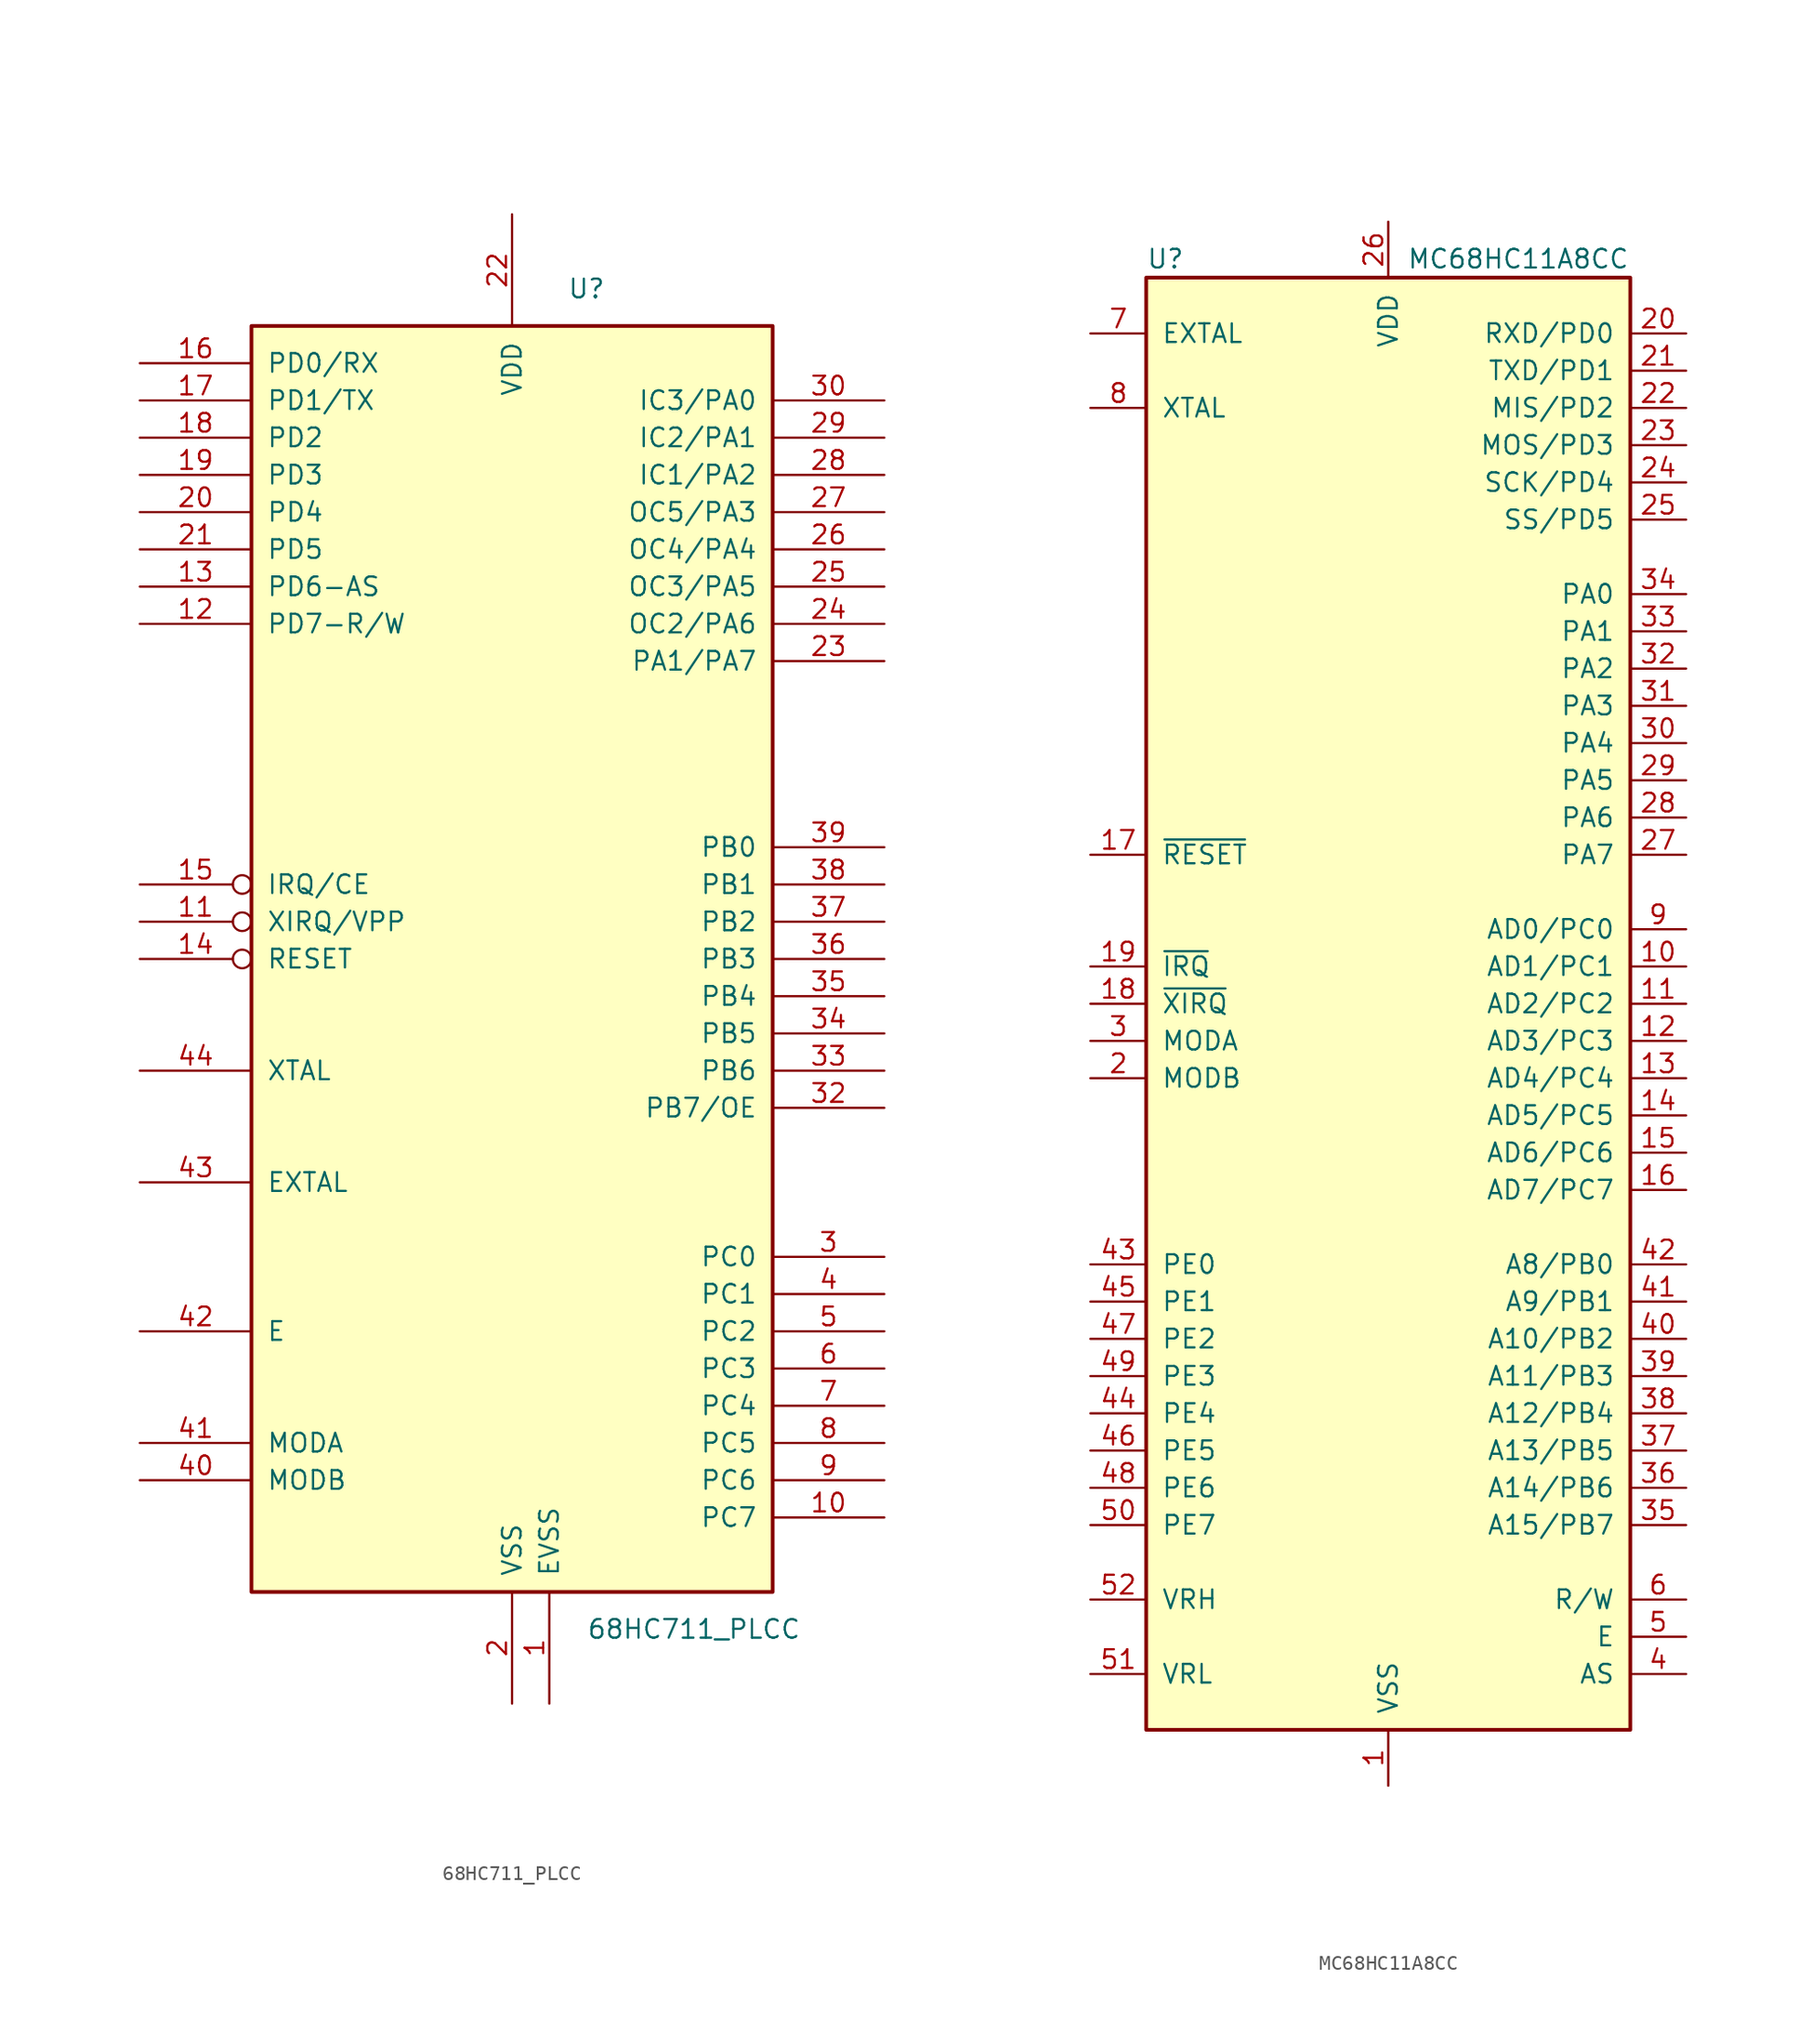
<source format=kicad_sym>
(kicad_symbol_lib
  (version 20241209)
  (generator "kicad_symbol_editor")
  (generator_version "9.0")
  (symbol "68HC711_PLCC"
    (pin_names
      (offset 1.016))
    (property "Reference" "U"
      (at 5.08 45.72 0)
      (effects (font (size 1.27 1.27))))
    (property "Value" "68HC711_PLCC"
      (at 5.08 -45.72 0)
      (effects (font (size 1.27 1.27)) (justify left)))
    (symbol "68HC711_PLCC_0_1"
      (rectangle (start -17.78 -43.18) (end 17.78 43.18) (stroke (width 0.254) (type default)) (fill (type background))))
    (symbol "68HC711_PLCC_1_1"
      (pin input line (at -25.4 40.64 0) (length 7.62) (name "PD0/RX" (effects (font (size 1.27 1.27)))) (number "16" (effects (font (size 1.27 1.27)))))
      (pin input line (at -25.4 38.1 0) (length 7.62) (name "PD1/TX" (effects (font (size 1.27 1.27)))) (number "17" (effects (font (size 1.27 1.27)))))
      (pin input line (at -25.4 35.56 0) (length 7.62) (name "PD2" (effects (font (size 1.27 1.27)))) (number "18" (effects (font (size 1.27 1.27)))))
      (pin input line (at -25.4 33.02 0) (length 7.62) (name "PD3" (effects (font (size 1.27 1.27)))) (number "19" (effects (font (size 1.27 1.27)))))
      (pin input line (at -25.4 30.48 0) (length 7.62) (name "PD4" (effects (font (size 1.27 1.27)))) (number "20" (effects (font (size 1.27 1.27)))))
      (pin input line (at -25.4 27.94 0) (length 7.62) (name "PD5" (effects (font (size 1.27 1.27)))) (number "21" (effects (font (size 1.27 1.27)))))
      (pin input line (at -25.4 25.4 0) (length 7.62) (name "PD6-AS" (effects (font (size 1.27 1.27)))) (number "13" (effects (font (size 1.27 1.27)))))
      (pin output line (at -25.4 22.86 0) (length 7.62) (name "PD7-R/W" (effects (font (size 1.27 1.27)))) (number "12" (effects (font (size 1.27 1.27)))))
      (pin input inverted (at -25.4 5.08 0) (length 7.62) (name "IRQ/CE" (effects (font (size 1.27 1.27)))) (number "15" (effects (font (size 1.27 1.27)))))
      (pin input inverted (at -25.4 2.54 0) (length 7.62) (name "XIRQ/VPP" (effects (font (size 1.27 1.27)))) (number "11" (effects (font (size 1.27 1.27)))))
      (pin input inverted (at -25.4 0 0) (length 7.62) (name "RESET" (effects (font (size 1.27 1.27)))) (number "14" (effects (font (size 1.27 1.27)))))
      (pin output line (at -25.4 -7.62 0) (length 7.62) (name "XTAL" (effects (font (size 1.27 1.27)))) (number "44" (effects (font (size 1.27 1.27)))))
      (pin input line (at -25.4 -15.24 0) (length 7.62) (name "EXTAL" (effects (font (size 1.27 1.27)))) (number "43" (effects (font (size 1.27 1.27)))))
      (pin output line (at -25.4 -25.4 0) (length 7.62) (name "E" (effects (font (size 1.27 1.27)))) (number "42" (effects (font (size 1.27 1.27)))))
      (pin input line (at -25.4 -33.02 0) (length 7.62) (name "MODA" (effects (font (size 1.27 1.27)))) (number "41" (effects (font (size 1.27 1.27)))))
      (pin input line (at -25.4 -35.56 0) (length 7.62) (name "MODB" (effects (font (size 1.27 1.27)))) (number "40" (effects (font (size 1.27 1.27)))))
      (pin power_in line (at 0 50.8 270) (length 7.62) (name "VDD" (effects (font (size 1.27 1.27)))) (number "22" (effects (font (size 1.27 1.27)))))
      (pin power_in line (at 0 -50.8 90) (length 7.62) (name "VSS" (effects (font (size 1.27 1.27)))) (number "2" (effects (font (size 1.27 1.27)))))
      (pin power_in line (at 2.54 -50.8 90) (length 7.62) (name "EVSS" (effects (font (size 1.27 1.27)))) (number "1" (effects (font (size 1.27 1.27)))))
      (pin input line (at 25.4 38.1 180) (length 7.62) (name "IC3/PA0" (effects (font (size 1.27 1.27)))) (number "30" (effects (font (size 1.27 1.27)))))
      (pin input line (at 25.4 35.56 180) (length 7.62) (name "IC2/PA1" (effects (font (size 1.27 1.27)))) (number "29" (effects (font (size 1.27 1.27)))))
      (pin input line (at 25.4 33.02 180) (length 7.62) (name "IC1/PA2" (effects (font (size 1.27 1.27)))) (number "28" (effects (font (size 1.27 1.27)))))
      (pin output line (at 25.4 30.48 180) (length 7.62) (name "OC5/PA3" (effects (font (size 1.27 1.27)))) (number "27" (effects (font (size 1.27 1.27)))))
      (pin output line (at 25.4 27.94 180) (length 7.62) (name "OC4/PA4" (effects (font (size 1.27 1.27)))) (number "26" (effects (font (size 1.27 1.27)))))
      (pin output line (at 25.4 25.4 180) (length 7.62) (name "OC3/PA5" (effects (font (size 1.27 1.27)))) (number "25" (effects (font (size 1.27 1.27)))))
      (pin output line (at 25.4 22.86 180) (length 7.62) (name "OC2/PA6" (effects (font (size 1.27 1.27)))) (number "24" (effects (font (size 1.27 1.27)))))
      (pin input line (at 25.4 20.32 180) (length 7.62) (name "PA1/PA7" (effects (font (size 1.27 1.27)))) (number "23" (effects (font (size 1.27 1.27)))))
      (pin output line (at 25.4 7.62 180) (length 7.62) (name "PB0" (effects (font (size 1.27 1.27)))) (number "39" (effects (font (size 1.27 1.27)))))
      (pin output line (at 25.4 5.08 180) (length 7.62) (name "PB1" (effects (font (size 1.27 1.27)))) (number "38" (effects (font (size 1.27 1.27)))))
      (pin output line (at 25.4 2.54 180) (length 7.62) (name "PB2" (effects (font (size 1.27 1.27)))) (number "37" (effects (font (size 1.27 1.27)))))
      (pin output line (at 25.4 0 180) (length 7.62) (name "PB3" (effects (font (size 1.27 1.27)))) (number "36" (effects (font (size 1.27 1.27)))))
      (pin output line (at 25.4 -2.54 180) (length 7.62) (name "PB4" (effects (font (size 1.27 1.27)))) (number "35" (effects (font (size 1.27 1.27)))))
      (pin output line (at 25.4 -5.08 180) (length 7.62) (name "PB5" (effects (font (size 1.27 1.27)))) (number "34" (effects (font (size 1.27 1.27)))))
      (pin output line (at 25.4 -7.62 180) (length 7.62) (name "PB6" (effects (font (size 1.27 1.27)))) (number "33" (effects (font (size 1.27 1.27)))))
      (pin output line (at 25.4 -10.16 180) (length 7.62) (name "PB7/OE" (effects (font (size 1.27 1.27)))) (number "32" (effects (font (size 1.27 1.27)))))
      (pin input line (at 25.4 -20.32 180) (length 7.62) (name "PC0" (effects (font (size 1.27 1.27)))) (number "3" (effects (font (size 1.27 1.27)))))
      (pin input line (at 25.4 -22.86 180) (length 7.62) (name "PC1" (effects (font (size 1.27 1.27)))) (number "4" (effects (font (size 1.27 1.27)))))
      (pin input line (at 25.4 -25.4 180) (length 7.62) (name "PC2" (effects (font (size 1.27 1.27)))) (number "5" (effects (font (size 1.27 1.27)))))
      (pin input line (at 25.4 -27.94 180) (length 7.62) (name "PC3" (effects (font (size 1.27 1.27)))) (number "6" (effects (font (size 1.27 1.27)))))
      (pin input line (at 25.4 -30.48 180) (length 7.62) (name "PC4" (effects (font (size 1.27 1.27)))) (number "7" (effects (font (size 1.27 1.27)))))
      (pin input line (at 25.4 -33.02 180) (length 7.62) (name "PC5" (effects (font (size 1.27 1.27)))) (number "8" (effects (font (size 1.27 1.27)))))
      (pin input line (at 25.4 -35.56 180) (length 7.62) (name "PC6" (effects (font (size 1.27 1.27)))) (number "9" (effects (font (size 1.27 1.27)))))
      (pin input line (at 25.4 -38.1 180) (length 7.62) (name "PC7" (effects (font (size 1.27 1.27)))) (number "10" (effects (font (size 1.27 1.27)))))))
  (symbol "MC68HC11A8CC"
    (pin_names
      (offset 1.016))
    (property "Reference" "U"
      (at -16.51 50.8 0)
      (effects (font (size 1.27 1.27)) (justify left)))
    (property "Value" "MC68HC11A8CC"
      (at 1.27 50.8 0)
      (effects (font (size 1.27 1.27)) (justify left)))
    (symbol "MC68HC11A8CC_0_1"
      (rectangle (start -16.51 49.53) (end 16.51 -49.53) (stroke (width 0.254) (type default)) (fill (type background))))
    (symbol "MC68HC11A8CC_1_1"
      (pin input line (at -20.32 45.72 0) (length 3.81) (name "EXTAL" (effects (font (size 1.27 1.27)))) (number "7" (effects (font (size 1.27 1.27)))))
      (pin output line (at -20.32 40.64 0) (length 3.81) (name "XTAL" (effects (font (size 1.27 1.27)))) (number "8" (effects (font (size 1.27 1.27)))))
      (pin input line (at -20.32 10.16 0) (length 3.81) (name "~{RESET}" (effects (font (size 1.27 1.27)))) (number "17" (effects (font (size 1.27 1.27)))))
      (pin input line (at -20.32 2.54 0) (length 3.81) (name "~{IRQ}" (effects (font (size 1.27 1.27)))) (number "19" (effects (font (size 1.27 1.27)))))
      (pin input line (at -20.32 0 0) (length 3.81) (name "~{XIRQ}" (effects (font (size 1.27 1.27)))) (number "18" (effects (font (size 1.27 1.27)))))
      (pin bidirectional line (at -20.32 -2.54 0) (length 3.81) (name "MODA" (effects (font (size 1.27 1.27)))) (number "3" (effects (font (size 1.27 1.27)))))
      (pin input line (at -20.32 -5.08 0) (length 3.81) (name "MODB" (effects (font (size 1.27 1.27)))) (number "2" (effects (font (size 1.27 1.27)))))
      (pin input line (at -20.32 -17.78 0) (length 3.81) (name "PE0" (effects (font (size 1.27 1.27)))) (number "43" (effects (font (size 1.27 1.27)))))
      (pin input line (at -20.32 -20.32 0) (length 3.81) (name "PE1" (effects (font (size 1.27 1.27)))) (number "45" (effects (font (size 1.27 1.27)))))
      (pin input line (at -20.32 -22.86 0) (length 3.81) (name "PE2" (effects (font (size 1.27 1.27)))) (number "47" (effects (font (size 1.27 1.27)))))
      (pin input line (at -20.32 -25.4 0) (length 3.81) (name "PE3" (effects (font (size 1.27 1.27)))) (number "49" (effects (font (size 1.27 1.27)))))
      (pin input line (at -20.32 -27.94 0) (length 3.81) (name "PE4" (effects (font (size 1.27 1.27)))) (number "44" (effects (font (size 1.27 1.27)))))
      (pin input line (at -20.32 -30.48 0) (length 3.81) (name "PE5" (effects (font (size 1.27 1.27)))) (number "46" (effects (font (size 1.27 1.27)))))
      (pin input line (at -20.32 -33.02 0) (length 3.81) (name "PE6" (effects (font (size 1.27 1.27)))) (number "48" (effects (font (size 1.27 1.27)))))
      (pin input line (at -20.32 -35.56 0) (length 3.81) (name "PE7" (effects (font (size 1.27 1.27)))) (number "50" (effects (font (size 1.27 1.27)))))
      (pin input line (at -20.32 -40.64 0) (length 3.81) (name "VRH" (effects (font (size 1.27 1.27)))) (number "52" (effects (font (size 1.27 1.27)))))
      (pin input line (at -20.32 -45.72 0) (length 3.81) (name "VRL" (effects (font (size 1.27 1.27)))) (number "51" (effects (font (size 1.27 1.27)))))
      (pin power_in line (at 0 53.34 270) (length 3.81) (name "VDD" (effects (font (size 1.27 1.27)))) (number "26" (effects (font (size 1.27 1.27)))))
      (pin power_in line (at 0 -53.34 90) (length 3.81) (name "VSS" (effects (font (size 1.27 1.27)))) (number "1" (effects (font (size 1.27 1.27)))))
      (pin bidirectional line (at 20.32 45.72 180) (length 3.81) (name "RXD/PD0" (effects (font (size 1.27 1.27)))) (number "20" (effects (font (size 1.27 1.27)))))
      (pin bidirectional line (at 20.32 43.18 180) (length 3.81) (name "TXD/PD1" (effects (font (size 1.27 1.27)))) (number "21" (effects (font (size 1.27 1.27)))))
      (pin bidirectional line (at 20.32 40.64 180) (length 3.81) (name "MIS/PD2" (effects (font (size 1.27 1.27)))) (number "22" (effects (font (size 1.27 1.27)))))
      (pin bidirectional line (at 20.32 38.1 180) (length 3.81) (name "MOS/PD3" (effects (font (size 1.27 1.27)))) (number "23" (effects (font (size 1.27 1.27)))))
      (pin bidirectional line (at 20.32 35.56 180) (length 3.81) (name "SCK/PD4" (effects (font (size 1.27 1.27)))) (number "24" (effects (font (size 1.27 1.27)))))
      (pin bidirectional line (at 20.32 33.02 180) (length 3.81) (name "SS/PD5" (effects (font (size 1.27 1.27)))) (number "25" (effects (font (size 1.27 1.27)))))
      (pin input line (at 20.32 27.94 180) (length 3.81) (name "PA0" (effects (font (size 1.27 1.27)))) (number "34" (effects (font (size 1.27 1.27)))))
      (pin input line (at 20.32 25.4 180) (length 3.81) (name "PA1" (effects (font (size 1.27 1.27)))) (number "33" (effects (font (size 1.27 1.27)))))
      (pin input line (at 20.32 22.86 180) (length 3.81) (name "PA2" (effects (font (size 1.27 1.27)))) (number "32" (effects (font (size 1.27 1.27)))))
      (pin output line (at 20.32 20.32 180) (length 3.81) (name "PA3" (effects (font (size 1.27 1.27)))) (number "31" (effects (font (size 1.27 1.27)))))
      (pin output line (at 20.32 17.78 180) (length 3.81) (name "PA4" (effects (font (size 1.27 1.27)))) (number "30" (effects (font (size 1.27 1.27)))))
      (pin output line (at 20.32 15.24 180) (length 3.81) (name "PA5" (effects (font (size 1.27 1.27)))) (number "29" (effects (font (size 1.27 1.27)))))
      (pin output line (at 20.32 12.7 180) (length 3.81) (name "PA6" (effects (font (size 1.27 1.27)))) (number "28" (effects (font (size 1.27 1.27)))))
      (pin bidirectional line (at 20.32 10.16 180) (length 3.81) (name "PA7" (effects (font (size 1.27 1.27)))) (number "27" (effects (font (size 1.27 1.27)))))
      (pin bidirectional line (at 20.32 5.08 180) (length 3.81) (name "AD0/PC0" (effects (font (size 1.27 1.27)))) (number "9" (effects (font (size 1.27 1.27)))))
      (pin bidirectional line (at 20.32 2.54 180) (length 3.81) (name "AD1/PC1" (effects (font (size 1.27 1.27)))) (number "10" (effects (font (size 1.27 1.27)))))
      (pin bidirectional line (at 20.32 0 180) (length 3.81) (name "AD2/PC2" (effects (font (size 1.27 1.27)))) (number "11" (effects (font (size 1.27 1.27)))))
      (pin bidirectional line (at 20.32 -2.54 180) (length 3.81) (name "AD3/PC3" (effects (font (size 1.27 1.27)))) (number "12" (effects (font (size 1.27 1.27)))))
      (pin bidirectional line (at 20.32 -5.08 180) (length 3.81) (name "AD4/PC4" (effects (font (size 1.27 1.27)))) (number "13" (effects (font (size 1.27 1.27)))))
      (pin bidirectional line (at 20.32 -7.62 180) (length 3.81) (name "AD5/PC5" (effects (font (size 1.27 1.27)))) (number "14" (effects (font (size 1.27 1.27)))))
      (pin bidirectional line (at 20.32 -10.16 180) (length 3.81) (name "AD6/PC6" (effects (font (size 1.27 1.27)))) (number "15" (effects (font (size 1.27 1.27)))))
      (pin bidirectional line (at 20.32 -12.7 180) (length 3.81) (name "AD7/PC7" (effects (font (size 1.27 1.27)))) (number "16" (effects (font (size 1.27 1.27)))))
      (pin output line (at 20.32 -17.78 180) (length 3.81) (name "A8/PB0" (effects (font (size 1.27 1.27)))) (number "42" (effects (font (size 1.27 1.27)))))
      (pin output line (at 20.32 -20.32 180) (length 3.81) (name "A9/PB1" (effects (font (size 1.27 1.27)))) (number "41" (effects (font (size 1.27 1.27)))))
      (pin output line (at 20.32 -22.86 180) (length 3.81) (name "A10/PB2" (effects (font (size 1.27 1.27)))) (number "40" (effects (font (size 1.27 1.27)))))
      (pin output line (at 20.32 -25.4 180) (length 3.81) (name "A11/PB3" (effects (font (size 1.27 1.27)))) (number "39" (effects (font (size 1.27 1.27)))))
      (pin output line (at 20.32 -27.94 180) (length 3.81) (name "A12/PB4" (effects (font (size 1.27 1.27)))) (number "38" (effects (font (size 1.27 1.27)))))
      (pin output line (at 20.32 -30.48 180) (length 3.81) (name "A13/PB5" (effects (font (size 1.27 1.27)))) (number "37" (effects (font (size 1.27 1.27)))))
      (pin output line (at 20.32 -33.02 180) (length 3.81) (name "A14/PB6" (effects (font (size 1.27 1.27)))) (number "36" (effects (font (size 1.27 1.27)))))
      (pin output line (at 20.32 -35.56 180) (length 3.81) (name "A15/PB7" (effects (font (size 1.27 1.27)))) (number "35" (effects (font (size 1.27 1.27)))))
      (pin output line (at 20.32 -40.64 180) (length 3.81) (name "R/W" (effects (font (size 1.27 1.27)))) (number "6" (effects (font (size 1.27 1.27)))))
      (pin output line (at 20.32 -43.18 180) (length 3.81) (name "E" (effects (font (size 1.27 1.27)))) (number "5" (effects (font (size 1.27 1.27)))))
      (pin output line (at 20.32 -45.72 180) (length 3.81) (name "AS" (effects (font (size 1.27 1.27)))) (number "4" (effects (font (size 1.27 1.27))))))))
</source>
